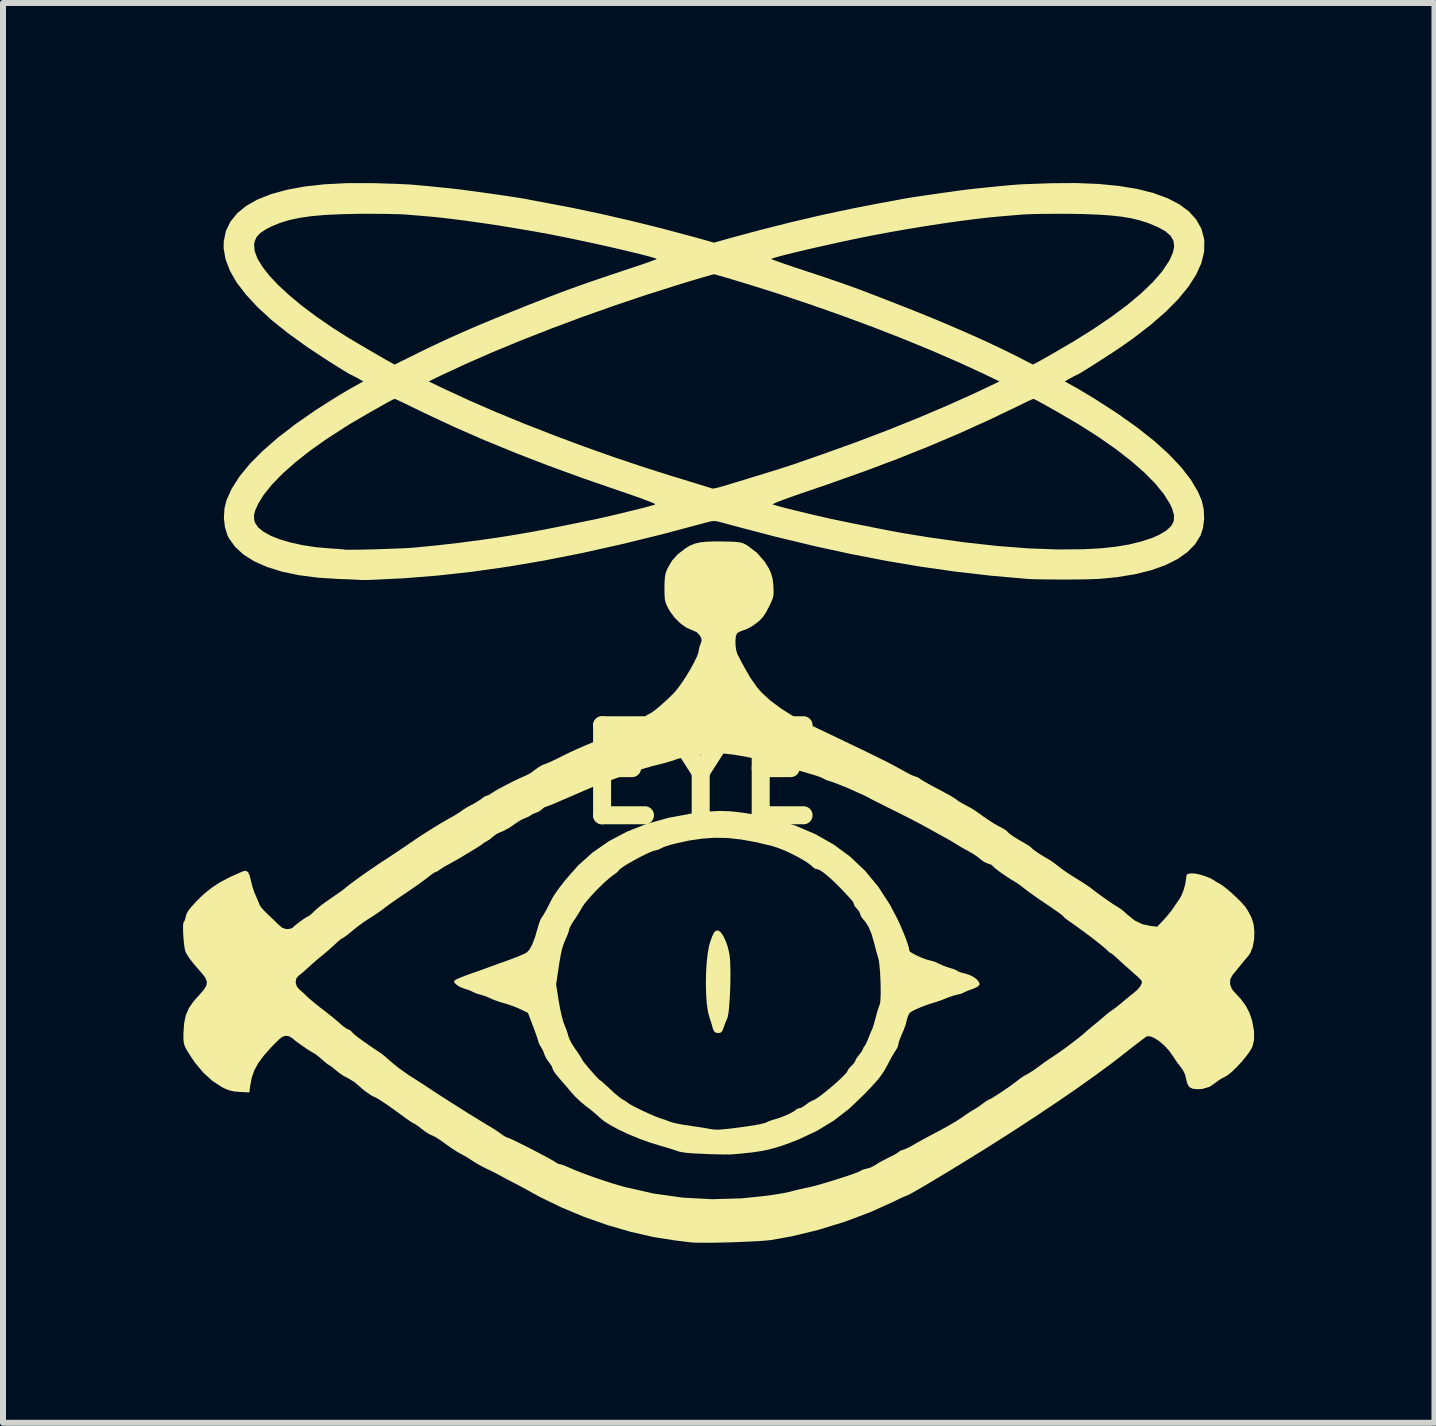
<source format=kicad_pcb>
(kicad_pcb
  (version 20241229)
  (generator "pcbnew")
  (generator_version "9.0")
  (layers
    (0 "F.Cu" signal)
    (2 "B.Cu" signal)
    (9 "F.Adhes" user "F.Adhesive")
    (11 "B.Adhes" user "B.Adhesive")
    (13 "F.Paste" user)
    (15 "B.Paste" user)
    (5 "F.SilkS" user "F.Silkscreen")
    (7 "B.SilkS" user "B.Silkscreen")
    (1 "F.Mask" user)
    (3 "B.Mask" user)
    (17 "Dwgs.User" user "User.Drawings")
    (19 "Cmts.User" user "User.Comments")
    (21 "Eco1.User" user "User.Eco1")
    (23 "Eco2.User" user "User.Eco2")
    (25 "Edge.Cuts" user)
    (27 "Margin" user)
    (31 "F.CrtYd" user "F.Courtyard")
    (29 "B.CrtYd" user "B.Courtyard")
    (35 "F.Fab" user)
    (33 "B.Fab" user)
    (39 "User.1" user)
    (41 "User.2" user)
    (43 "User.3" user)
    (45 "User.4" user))
  (footprint "EYE"
    (layer "F.Cu")
    (at 8.625 9.856)
    (property "Reference" "EYE" (at 0 0 0) (layer "F.SilkS") (effects (font (size 1.5 1.5) (thickness 0.3))))
    (attr board_only exclude_from_pos_files exclude_from_bom)
    (fp_poly (pts (xy 0.293 2.599) (xy 0.331 2.624) (xy 0.372 2.681) (xy 0.412 2.762) (xy 0.447 2.858) (xy 0.473 2.961) (xy 0.481 3.006) (xy 0.49 3.092) (xy 0.494 3.204) (xy 0.496 3.332) (xy 0.494 3.471) (xy 0.49 3.611) (xy 0.483 3.746) (xy 0.474 3.866) (xy 0.464 3.965) (xy 0.451 4.035) (xy 0.443 4.061) (xy 0.414 4.127) (xy 0.387 4.202) (xy 0.383 4.214) (xy 0.361 4.272) (xy 0.332 4.3) (xy 0.305 4.307) (xy 0.255 4.302) (xy 0.229 4.286) (xy 0.207 4.244) (xy 0.195 4.205) (xy 0.181 4.152) (xy 0.158 4.083) (xy 0.149 4.057) (xy 0.122 3.956) (xy 0.102 3.821) (xy 0.091 3.664) (xy 0.086 3.493) (xy 0.089 3.317) (xy 0.098 3.147) (xy 0.115 2.99) (xy 0.139 2.857) (xy 0.159 2.786) (xy 0.192 2.694) (xy 0.22 2.636) (xy 0.247 2.606) (xy 0.279 2.598)) (stroke (width 0) (type solid)) (fill yes) (layer "F.SilkS"))
    (fp_poly (pts (xy 0.487 0.611) (xy 0.669 0.631) (xy 0.826 0.655) (xy 1.219 0.739) (xy 1.582 0.852) (xy 1.915 0.995) (xy 2.218 1.167) (xy 2.493 1.37) (xy 2.74 1.604) (xy 2.96 1.87) (xy 3.153 2.168) (xy 3.283 2.415) (xy 3.333 2.526) (xy 3.38 2.637) (xy 3.421 2.74) (xy 3.452 2.828) (xy 3.471 2.894) (xy 3.476 2.93) (xy 3.475 2.933) (xy 3.486 2.95) (xy 3.528 2.977) (xy 3.59 3.01) (xy 3.662 3.043) (xy 3.734 3.072) (xy 3.797 3.092) (xy 3.824 3.098) (xy 3.896 3.117) (xy 3.961 3.147) (xy 4.018 3.174) (xy 4.095 3.203) (xy 4.146 3.22) (xy 4.213 3.241) (xy 4.262 3.261) (xy 4.279 3.273) (xy 4.305 3.287) (xy 4.359 3.304) (xy 4.406 3.315) (xy 4.49 3.343) (xy 4.565 3.384) (xy 4.619 3.432) (xy 4.646 3.48) (xy 4.646 3.5) (xy 4.619 3.532) (xy 4.554 3.564) (xy 4.526 3.574) (xy 4.459 3.598) (xy 4.407 3.62) (xy 4.388 3.63) (xy 4.353 3.647) (xy 4.295 3.663) (xy 4.279 3.666) (xy 4.205 3.685) (xy 4.123 3.714) (xy 4.099 3.724) (xy 4.017 3.756) (xy 3.93 3.787) (xy 3.909 3.793) (xy 3.785 3.832) (xy 3.673 3.874) (xy 3.579 3.914) (xy 3.511 3.95) (xy 3.481 3.973) (xy 3.455 4.021) (xy 3.434 4.086) (xy 3.431 4.102) (xy 3.414 4.169) (xy 3.384 4.253) (xy 3.355 4.319) (xy 3.324 4.393) (xy 3.302 4.456) (xy 3.294 4.494) (xy 3.281 4.543) (xy 3.254 4.589) (xy 3.226 4.632) (xy 3.186 4.699) (xy 3.143 4.779) (xy 3.132 4.8) (xy 3.09 4.88) (xy 3.051 4.947) (xy 3.009 5.009) (xy 2.96 5.073) (xy 2.896 5.146) (xy 2.813 5.236) (xy 2.733 5.32) (xy 2.483 5.56) (xy 2.222 5.763) (xy 1.941 5.934) (xy 1.633 6.079) (xy 1.504 6.13) (xy 1.365 6.18) (xy 1.241 6.219) (xy 1.121 6.251) (xy 0.996 6.275) (xy 0.857 6.296) (xy 0.694 6.313) (xy 0.519 6.329) (xy 0.474 6.33) (xy 0.394 6.33) (xy 0.29 6.328) (xy 0.17 6.325) (xy 0.074 6.321) (xy -0.084 6.314) (xy -0.206 6.306) (xy -0.296 6.295) (xy -0.363 6.281) (xy -0.392 6.272) (xy -0.458 6.249) (xy -0.548 6.221) (xy -0.645 6.192) (xy -0.667 6.186) (xy -0.843 6.132) (xy -1.021 6.068) (xy -1.194 5.997) (xy -1.354 5.922) (xy -1.495 5.847) (xy -1.61 5.775) (xy -1.69 5.709) (xy -1.694 5.705) (xy -1.742 5.661) (xy -1.811 5.603) (xy -1.888 5.542) (xy -1.907 5.529) (xy -1.993 5.458) (xy -2.083 5.374) (xy -2.156 5.295) (xy -2.161 5.289) (xy -2.23 5.206) (xy -2.306 5.118) (xy -2.367 5.048) (xy -2.417 4.987) (xy -2.453 4.934) (xy -2.468 4.9) (xy -2.468 4.9) (xy -2.481 4.862) (xy -2.514 4.811) (xy -2.528 4.794) (xy -2.571 4.734) (xy -2.6 4.674) (xy -2.604 4.662) (xy -2.628 4.598) (xy -2.66 4.542) (xy -2.688 4.496) (xy -2.701 4.463) (xy -2.701 4.462) (xy -2.708 4.435) (xy -2.727 4.376) (xy -2.756 4.295) (xy -2.789 4.205) (xy -2.878 3.971) (xy -3.007 3.908) (xy -3.1 3.868) (xy -3.205 3.831) (xy -3.269 3.812) (xy -3.36 3.785) (xy -3.451 3.752) (xy -3.502 3.729) (xy -3.576 3.697) (xy -3.649 3.672) (xy -3.675 3.665) (xy -3.74 3.647) (xy -3.793 3.623) (xy -3.794 3.622) (xy -3.842 3.599) (xy -3.909 3.576) (xy -3.932 3.569) (xy -4 3.544) (xy -4.058 3.51) (xy -4.073 3.497) (xy -2.409 3.497) (xy -2.364 3.782) (xy -2.341 3.909) (xy -2.315 4.026) (xy -2.289 4.12) (xy -2.269 4.174) (xy -2.238 4.25) (xy -2.214 4.324) (xy -2.206 4.355) (xy -2.187 4.407) (xy -2.15 4.479) (xy -2.1 4.557) (xy -2.087 4.576) (xy -2.038 4.645) (xy -2.002 4.701) (xy -1.982 4.736) (xy -1.981 4.741) (xy -1.967 4.764) (xy -1.933 4.81) (xy -1.883 4.87) (xy -1.827 4.936) (xy -1.77 5) (xy -1.72 5.053) (xy -1.685 5.087) (xy -1.675 5.095) (xy -1.65 5.113) (xy -1.603 5.154) (xy -1.541 5.21) (xy -1.507 5.243) (xy -1.437 5.308) (xy -1.371 5.363) (xy -1.321 5.401) (xy -1.306 5.41) (xy -1.253 5.441) (xy -1.217 5.467) (xy -1.179 5.493) (xy -1.111 5.53) (xy -1.024 5.574) (xy -0.928 5.62) (xy -0.831 5.663) (xy -0.745 5.7) (xy -0.68 5.725) (xy -0.667 5.729) (xy -0.593 5.753) (xy -0.525 5.778) (xy -0.508 5.785) (xy -0.461 5.8) (xy -0.384 5.817) (xy -0.288 5.835) (xy -0.212 5.846) (xy -0.106 5.862) (xy -0.004 5.877) (xy 0.078 5.891) (xy 0.117 5.898) (xy 0.18 5.909) (xy 0.235 5.915) (xy 0.294 5.916) (xy 0.365 5.912) (xy 0.461 5.902) (xy 0.561 5.89) (xy 0.738 5.867) (xy 0.883 5.845) (xy 0.995 5.824) (xy 1.07 5.805) (xy 1.104 5.791) (xy 1.137 5.775) (xy 1.196 5.755) (xy 1.243 5.742) (xy 1.319 5.718) (xy 1.403 5.685) (xy 1.483 5.649) (xy 1.548 5.614) (xy 1.586 5.586) (xy 1.589 5.581) (xy 1.619 5.564) (xy 1.642 5.561) (xy 1.683 5.548) (xy 1.735 5.514) (xy 1.752 5.501) (xy 1.809 5.459) (xy 1.863 5.431) (xy 1.875 5.427) (xy 1.914 5.408) (xy 1.974 5.367) (xy 2.049 5.31) (xy 2.133 5.242) (xy 2.218 5.17) (xy 2.299 5.098) (xy 2.368 5.032) (xy 2.419 4.979) (xy 2.445 4.944) (xy 2.447 4.937) (xy 2.461 4.908) (xy 2.498 4.866) (xy 2.51 4.855) (xy 2.551 4.812) (xy 2.573 4.778) (xy 2.575 4.772) (xy 2.588 4.741) (xy 2.621 4.693) (xy 2.638 4.672) (xy 2.676 4.624) (xy 2.698 4.587) (xy 2.701 4.578) (xy 2.714 4.547) (xy 2.73 4.525) (xy 2.754 4.486) (xy 2.782 4.424) (xy 2.797 4.385) (xy 2.822 4.321) (xy 2.843 4.273) (xy 2.851 4.258) (xy 2.863 4.229) (xy 2.882 4.17) (xy 2.904 4.091) (xy 2.913 4.058) (xy 2.936 3.97) (xy 2.96 3.894) (xy 2.979 3.841) (xy 2.983 3.831) (xy 2.992 3.791) (xy 2.997 3.719) (xy 2.999 3.622) (xy 2.998 3.51) (xy 2.994 3.393) (xy 2.988 3.28) (xy 2.979 3.18) (xy 2.969 3.101) (xy 2.959 3.061) (xy 2.943 3.005) (xy 2.92 2.924) (xy 2.897 2.832) (xy 2.891 2.81) (xy 2.847 2.657) (xy 2.798 2.539) (xy 2.741 2.45) (xy 2.712 2.417) (xy 2.676 2.371) (xy 2.658 2.329) (xy 2.658 2.326) (xy 2.643 2.286) (xy 2.608 2.241) (xy 2.605 2.238) (xy 2.569 2.196) (xy 2.553 2.161) (xy 2.553 2.159) (xy 2.549 2.141) (xy 2.534 2.116) (xy 2.504 2.079) (xy 2.455 2.025) (xy 2.383 1.948) (xy 2.333 1.896) (xy 2.224 1.787) (xy 2.126 1.698) (xy 2.044 1.631) (xy 1.981 1.59) (xy 1.946 1.578) (xy 1.897 1.564) (xy 1.874 1.546) (xy 1.821 1.498) (xy 1.737 1.441) (xy 1.632 1.38) (xy 1.514 1.319) (xy 1.393 1.263) (xy 1.277 1.218) (xy 1.178 1.187) (xy 0.91 1.124) (xy 0.669 1.081) (xy 0.448 1.057) (xy 0.237 1.053) (xy 0.027 1.067) (xy -0.191 1.099) (xy -0.395 1.143) (xy -0.49 1.167) (xy -0.574 1.193) (xy -0.635 1.216) (xy -0.656 1.226) (xy -0.707 1.252) (xy -0.746 1.261) (xy -0.787 1.271) (xy -0.853 1.298) (xy -0.936 1.337) (xy -1.029 1.384) (xy -1.124 1.436) (xy -1.213 1.487) (xy -1.288 1.533) (xy -1.341 1.571) (xy -1.366 1.596) (xy -1.366 1.599) (xy -1.383 1.619) (xy -1.424 1.652) (xy -1.452 1.672) (xy -1.518 1.722) (xy -1.6 1.794) (xy -1.689 1.879) (xy -1.778 1.971) (xy -1.859 2.06) (xy -1.926 2.14) (xy -1.97 2.201) (xy -1.977 2.214) (xy -2.017 2.284) (xy -2.069 2.367) (xy -2.108 2.426) (xy -2.151 2.491) (xy -2.181 2.548) (xy -2.192 2.583) (xy -2.201 2.622) (xy -2.225 2.685) (xy -2.255 2.752) (xy -2.285 2.825) (xy -2.311 2.909) (xy -2.334 3.016) (xy -2.358 3.153) (xy -2.363 3.189) (xy -2.409 3.497) (xy -4.073 3.497) (xy -4.098 3.474) (xy -4.11 3.444) (xy -4.108 3.439) (xy -4.077 3.416) (xy -4.011 3.385) (xy -3.914 3.347) (xy -3.824 3.315) (xy -3.746 3.288) (xy -3.648 3.253) (xy -3.549 3.217) (xy -3.538 3.213) (xy -3.449 3.181) (xy -3.366 3.15) (xy -3.304 3.128) (xy -3.294 3.125) (xy -3.154 3.074) (xy -3.038 3.029) (xy -2.951 2.992) (xy -2.899 2.965) (xy -2.898 2.964) (xy -2.853 2.916) (xy -2.806 2.829) (xy -2.76 2.708) (xy -2.722 2.577) (xy -2.699 2.497) (xy -2.676 2.432) (xy -2.658 2.393) (xy -2.656 2.391) (xy -2.62 2.338) (xy -2.572 2.253) (xy -2.515 2.144) (xy -2.508 2.129) (xy -2.478 2.071) (xy -2.446 2.016) (xy -2.406 1.957) (xy -2.353 1.883) (xy -2.279 1.787) (xy -2.257 1.759) (xy -2.04 1.512) (xy -1.797 1.295) (xy -1.526 1.108) (xy -1.227 0.95) (xy -0.899 0.821) (xy -0.54 0.721) (xy -0.15 0.648) (xy -0.064 0.636) (xy 0.137 0.615) (xy 0.316 0.606)) (stroke (width 0) (type solid)) (fill yes) (layer "F.SilkS"))
    (fp_poly (pts (xy 6.629 -9.841) (xy 6.968 -9.808) (xy 7.273 -9.758) (xy 7.543 -9.69) (xy 7.776 -9.605) (xy 7.973 -9.503) (xy 8.133 -9.385) (xy 8.256 -9.249) (xy 8.341 -9.098) (xy 8.387 -8.93) (xy 8.392 -8.886) (xy 8.388 -8.707) (xy 8.342 -8.521) (xy 8.254 -8.328) (xy 8.126 -8.128) (xy 7.957 -7.922) (xy 7.747 -7.71) (xy 7.497 -7.492) (xy 7.207 -7.269) (xy 7.001 -7.124) (xy 6.912 -7.064) (xy 6.81 -6.997) (xy 6.702 -6.927) (xy 6.595 -6.858) (xy 6.493 -6.794) (xy 6.404 -6.738) (xy 6.334 -6.695) (xy 6.287 -6.669) (xy 6.273 -6.662) (xy 6.252 -6.653) (xy 6.205 -6.629) (xy 6.166 -6.607) (xy 6.066 -6.551) (xy 6.2 -6.477) (xy 6.271 -6.437) (xy 6.366 -6.381) (xy 6.472 -6.318) (xy 6.577 -6.254) (xy 6.578 -6.253) (xy 6.945 -6.016) (xy 7.271 -5.785) (xy 7.556 -5.559) (xy 7.8 -5.339) (xy 8.003 -5.124) (xy 8.165 -4.916) (xy 8.285 -4.714) (xy 8.349 -4.564) (xy 8.382 -4.418) (xy 8.389 -4.26) (xy 8.369 -4.107) (xy 8.33 -3.986) (xy 8.239 -3.839) (xy 8.11 -3.707) (xy 7.944 -3.59) (xy 7.742 -3.489) (xy 7.506 -3.405) (xy 7.236 -3.338) (xy 6.934 -3.289) (xy 6.67 -3.263) (xy 6.577 -3.258) (xy 6.451 -3.254) (xy 6.302 -3.251) (xy 6.139 -3.25) (xy 5.971 -3.25) (xy 5.807 -3.251) (xy 5.657 -3.253) (xy 5.529 -3.256) (xy 5.434 -3.261) (xy 5.423 -3.262) (xy 4.842 -3.313) (xy 4.264 -3.379) (xy 3.684 -3.461) (xy 3.097 -3.56) (xy 2.497 -3.676) (xy 1.878 -3.811) (xy 1.235 -3.966) (xy 0.564 -4.142) (xy 0.355 -4.199) (xy 0.279 -4.218) (xy 0.224 -4.225) (xy 0.169 -4.219) (xy 0.096 -4.2) (xy 0.09 -4.199) (xy -0.625 -4.008) (xy -1.309 -3.84) (xy -1.964 -3.694) (xy -2.594 -3.569) (xy -3.203 -3.465) (xy -3.794 -3.381) (xy -4.37 -3.317) (xy -4.936 -3.271) (xy -5.493 -3.244) (xy -5.568 -3.242) (xy -5.625 -3.242) (xy -5.651 -3.242) (xy -5.652 -3.243) (xy -5.673 -3.244) (xy -5.73 -3.247) (xy -5.816 -3.251) (xy -5.924 -3.255) (xy -6.038 -3.259) (xy -6.382 -3.281) (xy -6.696 -3.322) (xy -6.977 -3.381) (xy -7.225 -3.459) (xy -7.439 -3.553) (xy -7.617 -3.665) (xy -7.758 -3.794) (xy -7.861 -3.939) (xy -7.885 -3.986) (xy -7.927 -4.121) (xy -7.945 -4.276) (xy -7.942 -4.318) (xy -7.443 -4.318) (xy -7.439 -4.241) (xy -7.426 -4.198) (xy -7.376 -4.121) (xy -7.287 -4.048) (xy -7.165 -3.98) (xy -7.012 -3.919) (xy -6.832 -3.866) (xy -6.631 -3.822) (xy -6.411 -3.789) (xy -6.186 -3.769) (xy -6.092 -3.763) (xy -6.014 -3.757) (xy -5.963 -3.753) (xy -5.947 -3.75) (xy -5.923 -3.747) (xy -5.863 -3.746) (xy -5.773 -3.747) (xy -5.662 -3.748) (xy -5.534 -3.751) (xy -5.397 -3.754) (xy -5.257 -3.759) (xy -5.12 -3.764) (xy -4.994 -3.769) (xy -4.886 -3.774) (xy -4.8 -3.78) (xy -4.777 -3.782) (xy -4.413 -3.817) (xy -4.036 -3.86) (xy -3.664 -3.909) (xy -3.358 -3.953) (xy -3.231 -3.973) (xy -3.12 -3.991) (xy -3.017 -4.008) (xy -2.919 -4.025) (xy -2.818 -4.043) (xy -2.71 -4.063) (xy -2.588 -4.086) (xy -2.447 -4.114) (xy -2.281 -4.147) (xy -2.084 -4.187) (xy -1.883 -4.228) (xy -1.771 -4.251) (xy -1.641 -4.28) (xy -1.5 -4.312) (xy -1.355 -4.346) (xy -1.212 -4.381) (xy -1.077 -4.414) (xy -0.957 -4.444) (xy -0.86 -4.47) (xy -0.79 -4.49) (xy -0.755 -4.502) (xy 1.2 -4.502) (xy 1.235 -4.49) (xy 1.305 -4.47) (xy 1.402 -4.444) (xy 1.522 -4.414) (xy 1.657 -4.381) (xy 1.8 -4.346) (xy 1.945 -4.312) (xy 2.086 -4.28) (xy 2.216 -4.251) (xy 2.328 -4.228) (xy 2.556 -4.181) (xy 2.749 -4.143) (xy 2.912 -4.11) (xy 3.05 -4.083) (xy 3.17 -4.06) (xy 3.277 -4.04) (xy 3.377 -4.022) (xy 3.475 -4.006) (xy 3.578 -3.989) (xy 3.692 -3.971) (xy 3.803 -3.953) (xy 4.391 -3.87) (xy 4.944 -3.809) (xy 5.462 -3.769) (xy 5.944 -3.751) (xy 6.39 -3.755) (xy 6.678 -3.771) (xy 6.912 -3.796) (xy 7.138 -3.834) (xy 7.345 -3.885) (xy 7.525 -3.944) (xy 7.637 -3.994) (xy 7.759 -4.066) (xy 7.84 -4.142) (xy 7.883 -4.225) (xy 7.887 -4.321) (xy 7.855 -4.432) (xy 7.818 -4.512) (xy 7.715 -4.676) (xy 7.573 -4.85) (xy 7.393 -5.032) (xy 7.177 -5.221) (xy 6.927 -5.416) (xy 6.643 -5.615) (xy 6.366 -5.793) (xy 6.283 -5.844) (xy 6.183 -5.903) (xy 6.073 -5.967) (xy 5.96 -6.033) (xy 5.849 -6.096) (xy 5.746 -6.154) (xy 5.659 -6.202) (xy 5.592 -6.238) (xy 5.553 -6.257) (xy 5.545 -6.26) (xy 5.521 -6.251) (xy 5.467 -6.227) (xy 5.39 -6.19) (xy 5.297 -6.145) (xy 5.275 -6.134) (xy 4.794 -5.904) (xy 4.305 -5.683) (xy 3.801 -5.469) (xy 3.277 -5.259) (xy 2.725 -5.052) (xy 2.141 -4.844) (xy 1.814 -4.733) (xy 1.654 -4.678) (xy 1.511 -4.628) (xy 1.39 -4.584) (xy 1.296 -4.548) (xy 1.231 -4.521) (xy 1.201 -4.505) (xy 1.2 -4.502) (xy -0.755 -4.502) (xy -0.767 -4.512) (xy -0.815 -4.534) (xy -0.896 -4.565) (xy -1.004 -4.606) (xy -1.137 -4.653) (xy -1.289 -4.706) (xy -1.37 -4.733) (xy -1.974 -4.942) (xy -2.542 -5.149) (xy -3.08 -5.357) (xy -3.595 -5.568) (xy -4.091 -5.785) (xy -4.575 -6.011) (xy -4.83 -6.134) (xy -4.925 -6.181) (xy -5.006 -6.219) (xy -5.066 -6.247) (xy -5.098 -6.26) (xy -5.1 -6.26) (xy -5.124 -6.25) (xy -5.178 -6.222) (xy -5.256 -6.179) (xy -5.352 -6.125) (xy -5.46 -6.064) (xy -5.573 -5.999) (xy -5.685 -5.934) (xy -5.791 -5.872) (xy -5.883 -5.817) (xy -5.921 -5.793) (xy -6.232 -5.592) (xy -6.512 -5.394) (xy -6.758 -5.199) (xy -6.97 -5.011) (xy -7.146 -4.829) (xy -7.284 -4.657) (xy -7.373 -4.512) (xy -7.422 -4.404) (xy -7.443 -4.318) (xy -7.942 -4.318) (xy -7.935 -4.433) (xy -7.904 -4.564) (xy -7.816 -4.761) (xy -7.686 -4.965) (xy -7.514 -5.175) (xy -7.301 -5.39) (xy -7.047 -5.612) (xy -6.752 -5.839) (xy -6.417 -6.072) (xy -6.133 -6.253) (xy -6.028 -6.317) (xy -5.922 -6.381) (xy -5.827 -6.436) (xy -5.756 -6.477) (xy -5.755 -6.477) (xy -5.622 -6.551) (xy -4.533 -6.551) (xy -4.247 -6.414) (xy -3.843 -6.228) (xy -3.404 -6.037) (xy -2.938 -5.846) (xy -2.453 -5.656) (xy -1.956 -5.47) (xy -1.454 -5.292) (xy -0.955 -5.124) (xy -0.466 -4.969) (xy -0.424 -4.957) (xy -0.278 -4.912) (xy -0.144 -4.871) (xy -0.027 -4.835) (xy 0.067 -4.806) (xy 0.131 -4.786) (xy 0.159 -4.778) (xy 0.175 -4.772) (xy 0.188 -4.767) (xy 0.204 -4.765) (xy 0.226 -4.768) (xy 0.26 -4.775) (xy 0.311 -4.788) (xy 0.382 -4.808) (xy 0.479 -4.837) (xy 0.606 -4.876) (xy 0.768 -4.925) (xy 0.805 -4.937) (xy 0.982 -4.991) (xy 1.129 -5.036) (xy 1.255 -5.075) (xy 1.368 -5.111) (xy 1.476 -5.146) (xy 1.59 -5.184) (xy 1.717 -5.228) (xy 1.866 -5.28) (xy 2.045 -5.343) (xy 2.055 -5.346) (xy 2.594 -5.54) (xy 3.117 -5.739) (xy 3.619 -5.941) (xy 4.093 -6.142) (xy 4.534 -6.34) (xy 4.692 -6.414) (xy 4.978 -6.551) (xy 4.724 -6.673) (xy 4.308 -6.865) (xy 3.857 -7.061) (xy 3.378 -7.258) (xy 2.876 -7.454) (xy 2.358 -7.646) (xy 1.832 -7.831) (xy 1.304 -8.008) (xy 0.835 -8.156) (xy 0.684 -8.202) (xy 0.546 -8.244) (xy 0.426 -8.28) (xy 0.328 -8.308) (xy 0.26 -8.327) (xy 0.225 -8.336) (xy 0.222 -8.336) (xy 0.196 -8.33) (xy 0.134 -8.313) (xy 0.042 -8.287) (xy -0.074 -8.252) (xy -0.209 -8.212) (xy -0.358 -8.166) (xy -0.39 -8.156) (xy -0.915 -7.99) (xy -1.444 -7.812) (xy -1.969 -7.626) (xy -2.485 -7.433) (xy -2.985 -7.237) (xy -3.462 -7.04) (xy -3.91 -6.844) (xy -4.279 -6.673) (xy -4.533 -6.551) (xy -5.622 -6.551) (xy -5.621 -6.551) (xy -5.721 -6.607) (xy -5.778 -6.638) (xy -5.817 -6.658) (xy -5.828 -6.662) (xy -5.851 -6.673) (xy -5.903 -6.704) (xy -5.978 -6.75) (xy -6.071 -6.808) (xy -6.174 -6.873) (xy -6.283 -6.943) (xy -6.389 -7.013) (xy -6.489 -7.079) (xy -6.557 -7.124) (xy -6.872 -7.351) (xy -7.148 -7.572) (xy -7.383 -7.788) (xy -7.578 -7.998) (xy -7.733 -8.201) (xy -7.846 -8.399) (xy -7.918 -8.589) (xy -7.949 -8.773) (xy -7.948 -8.829) (xy -7.441 -8.829) (xy -7.431 -8.72) (xy -7.384 -8.596) (xy -7.301 -8.459) (xy -7.185 -8.311) (xy -7.036 -8.153) (xy -6.856 -7.987) (xy -6.648 -7.814) (xy -6.412 -7.637) (xy -6.151 -7.457) (xy -5.92 -7.309) (xy -5.857 -7.27) (xy -5.772 -7.22) (xy -5.673 -7.161) (xy -5.566 -7.098) (xy -5.456 -7.034) (xy -5.351 -6.973) (xy -5.257 -6.919) (xy -5.179 -6.875) (xy -5.125 -6.845) (xy -5.101 -6.833) (xy -5.1 -6.833) (xy -5.08 -6.841) (xy -5.03 -6.866) (xy -4.956 -6.902) (xy -4.866 -6.947) (xy -4.846 -6.957) (xy -4.626 -7.066) (xy -4.407 -7.171) (xy -4.185 -7.274) (xy -3.954 -7.377) (xy -3.709 -7.483) (xy -3.445 -7.593) (xy -3.157 -7.71) (xy -2.839 -7.837) (xy -2.486 -7.975) (xy -2.479 -7.977) (xy -2.269 -8.057) (xy -2.043 -8.139) (xy -1.794 -8.226) (xy -1.514 -8.321) (xy -1.298 -8.393) (xy -1.151 -8.442) (xy -1.019 -8.486) (xy -0.906 -8.525) (xy -0.817 -8.557) (xy -0.757 -8.579) (xy -0.732 -8.59) (xy -0.731 -8.591) (xy 1.176 -8.591) (xy 1.195 -8.581) (xy 1.25 -8.561) (xy 1.335 -8.531) (xy 1.444 -8.493) (xy 1.574 -8.449) (xy 1.719 -8.401) (xy 1.743 -8.393) (xy 1.931 -8.331) (xy 2.096 -8.276) (xy 2.245 -8.225) (xy 2.384 -8.177) (xy 2.52 -8.128) (xy 2.66 -8.077) (xy 2.809 -8.02) (xy 2.976 -7.956) (xy 3.165 -7.882) (xy 3.385 -7.796) (xy 3.485 -7.757) (xy 3.81 -7.626) (xy 4.133 -7.491) (xy 4.449 -7.354) (xy 4.75 -7.219) (xy 5.027 -7.088) (xy 5.275 -6.966) (xy 5.37 -6.917) (xy 5.443 -6.879) (xy 5.5 -6.85) (xy 5.533 -6.834) (xy 5.537 -6.833) (xy 5.557 -6.842) (xy 5.607 -6.869) (xy 5.681 -6.909) (xy 5.771 -6.96) (xy 5.812 -6.983) (xy 6.193 -7.205) (xy 6.538 -7.42) (xy 6.845 -7.629) (xy 7.115 -7.83) (xy 7.346 -8.024) (xy 7.538 -8.209) (xy 7.69 -8.385) (xy 7.801 -8.552) (xy 7.814 -8.575) (xy 7.868 -8.696) (xy 7.889 -8.801) (xy 7.877 -8.894) (xy 7.83 -8.976) (xy 7.746 -9.05) (xy 7.623 -9.12) (xy 7.459 -9.188) (xy 7.439 -9.195) (xy 7.31 -9.236) (xy 7.169 -9.27) (xy 7.01 -9.296) (xy 6.828 -9.316) (xy 6.619 -9.33) (xy 6.377 -9.339) (xy 6.165 -9.343) (xy 5.997 -9.344) (xy 5.831 -9.343) (xy 5.676 -9.342) (xy 5.539 -9.339) (xy 5.429 -9.335) (xy 5.36 -9.331) (xy 5.248 -9.322) (xy 5.131 -9.312) (xy 5.03 -9.304) (xy 4.999 -9.301) (xy 4.796 -9.282) (xy 4.559 -9.254) (xy 4.296 -9.22) (xy 4.016 -9.18) (xy 3.725 -9.135) (xy 3.432 -9.087) (xy 3.144 -9.036) (xy 2.87 -8.985) (xy 2.69 -8.949) (xy 2.502 -8.91) (xy 2.31 -8.869) (xy 2.119 -8.827) (xy 1.934 -8.785) (xy 1.759 -8.745) (xy 1.599 -8.707) (xy 1.459 -8.673) (xy 1.341 -8.643) (xy 1.252 -8.618) (xy 1.196 -8.601) (xy 1.176 -8.591) (xy -0.731 -8.591) (xy -0.751 -8.601) (xy -0.808 -8.618) (xy -0.897 -8.643) (xy -1.014 -8.673) (xy -1.155 -8.707) (xy -1.316 -8.745) (xy -1.49 -8.786) (xy -1.675 -8.827) (xy -1.866 -8.869) (xy -2.058 -8.91) (xy -2.246 -8.949) (xy -2.506 -9.001) (xy -2.785 -9.052) (xy -3.075 -9.101) (xy -3.368 -9.149) (xy -3.657 -9.192) (xy -3.933 -9.231) (xy -4.189 -9.263) (xy -4.416 -9.289) (xy -4.555 -9.301) (xy -4.645 -9.309) (xy -4.758 -9.318) (xy -4.874 -9.328) (xy -4.915 -9.331) (xy -4.994 -9.336) (xy -5.107 -9.339) (xy -5.246 -9.342) (xy -5.403 -9.343) (xy -5.569 -9.344) (xy -5.72 -9.343) (xy -6.012 -9.336) (xy -6.268 -9.324) (xy -6.49 -9.304) (xy -6.684 -9.276) (xy -6.855 -9.239) (xy -7.006 -9.193) (xy -7.143 -9.137) (xy -7.238 -9.089) (xy -7.335 -9.026) (xy -7.397 -8.961) (xy -7.431 -8.887) (xy -7.441 -8.829) (xy -7.948 -8.829) (xy -7.947 -8.886) (xy -7.911 -9.058) (xy -7.836 -9.213) (xy -7.722 -9.353) (xy -7.572 -9.476) (xy -7.384 -9.582) (xy -7.159 -9.671) (xy -6.898 -9.743) (xy -6.602 -9.798) (xy -6.271 -9.835) (xy -5.905 -9.854) (xy -5.506 -9.855) (xy -5.402 -9.853) (xy -5.255 -9.848) (xy -5.115 -9.844) (xy -4.99 -9.839) (xy -4.888 -9.834) (xy -4.817 -9.83) (xy -4.798 -9.828) (xy -4.56 -9.807) (xy -4.36 -9.787) (xy -4.192 -9.77) (xy -4.053 -9.754) (xy -4.046 -9.754) (xy -3.949 -9.741) (xy -3.826 -9.725) (xy -3.687 -9.706) (xy -3.539 -9.685) (xy -3.389 -9.664) (xy -3.245 -9.643) (xy -3.115 -9.623) (xy -3.006 -9.606) (xy -2.926 -9.593) (xy -2.892 -9.586) (xy -2.826 -9.573) (xy -2.735 -9.556) (xy -2.636 -9.538) (xy -2.606 -9.532) (xy -2.144 -9.444) (xy -1.657 -9.341) (xy -1.156 -9.226) (xy -0.655 -9.102) (xy -0.165 -8.971) (xy -0.079 -8.948) (xy 0.222 -8.863) (xy 0.524 -8.948) (xy 1.011 -9.079) (xy 1.511 -9.205) (xy 2.013 -9.322) (xy 2.504 -9.427) (xy 2.971 -9.518) (xy 3.051 -9.532) (xy 3.149 -9.55) (xy 3.245 -9.568) (xy 3.32 -9.583) (xy 3.337 -9.586) (xy 3.392 -9.596) (xy 3.481 -9.611) (xy 3.597 -9.629) (xy 3.732 -9.649) (xy 3.879 -9.67) (xy 4.029 -9.692) (xy 4.176 -9.712) (xy 4.31 -9.731) (xy 4.426 -9.746) (xy 4.491 -9.754) (xy 4.63 -9.769) (xy 4.796 -9.786) (xy 4.994 -9.806) (xy 5.23 -9.827) (xy 5.243 -9.828) (xy 5.298 -9.832) (xy 5.388 -9.837) (xy 5.504 -9.841) (xy 5.639 -9.846) (xy 5.784 -9.851) (xy 5.847 -9.853) (xy 6.255 -9.856)) (stroke (width 0) (type solid)) (fill yes) (layer "F.SilkS"))
    (fp_poly (pts (xy 0.375 -3.884) (xy 0.495 -3.881) (xy 0.581 -3.877) (xy 0.643 -3.87) (xy 0.689 -3.86) (xy 0.728 -3.844) (xy 0.769 -3.822) (xy 0.783 -3.813) (xy 0.936 -3.697) (xy 1.064 -3.551) (xy 1.136 -3.435) (xy 1.174 -3.35) (xy 1.197 -3.27) (xy 1.209 -3.175) (xy 1.212 -3.135) (xy 1.215 -3.052) (xy 1.213 -2.991) (xy 1.201 -2.937) (xy 1.176 -2.875) (xy 1.136 -2.792) (xy 1.085 -2.696) (xy 1.037 -2.625) (xy 0.981 -2.566) (xy 0.93 -2.524) (xy 0.856 -2.472) (xy 0.779 -2.43) (xy 0.72 -2.407) (xy 0.658 -2.385) (xy 0.612 -2.359) (xy 0.604 -2.351) (xy 0.586 -2.305) (xy 0.579 -2.233) (xy 0.581 -2.149) (xy 0.593 -2.066) (xy 0.614 -2.001) (xy 0.617 -1.996) (xy 0.647 -1.939) (xy 0.686 -1.864) (xy 0.714 -1.811) (xy 0.826 -1.616) (xy 0.936 -1.458) (xy 1.012 -1.37) (xy 1.159 -1.235) (xy 1.337 -1.102) (xy 1.534 -0.977) (xy 1.727 -0.875) (xy 1.83 -0.825) (xy 1.961 -0.763) (xy 2.107 -0.693) (xy 2.259 -0.621) (xy 2.405 -0.551) (xy 2.415 -0.546) (xy 2.631 -0.443) (xy 2.814 -0.354) (xy 2.969 -0.278) (xy 3.102 -0.212) (xy 3.217 -0.152) (xy 3.32 -0.096) (xy 3.383 -0.061) (xy 3.46 -0.019) (xy 3.525 0.013) (xy 3.568 0.03) (xy 3.577 0.032) (xy 3.613 0.044) (xy 3.66 0.074) (xy 3.66 0.074) (xy 3.699 0.1) (xy 3.767 0.139) (xy 3.854 0.188) (xy 3.952 0.24) (xy 3.965 0.246) (xy 4.062 0.298) (xy 4.149 0.345) (xy 4.216 0.385) (xy 4.255 0.411) (xy 4.258 0.413) (xy 4.284 0.434) (xy 4.317 0.456) (xy 4.366 0.484) (xy 4.438 0.523) (xy 4.491 0.551) (xy 4.537 0.578) (xy 4.605 0.623) (xy 4.682 0.678) (xy 4.714 0.701) (xy 4.8 0.76) (xy 4.888 0.817) (xy 4.964 0.86) (xy 4.982 0.868) (xy 5.045 0.902) (xy 5.093 0.933) (xy 5.109 0.95) (xy 5.139 0.98) (xy 5.2 1.024) (xy 5.286 1.079) (xy 5.39 1.139) (xy 5.416 1.154) (xy 5.468 1.185) (xy 5.502 1.211) (xy 5.507 1.217) (xy 5.533 1.242) (xy 5.585 1.28) (xy 5.651 1.325) (xy 5.72 1.368) (xy 5.779 1.401) (xy 5.832 1.433) (xy 5.9 1.482) (xy 5.953 1.523) (xy 6.019 1.574) (xy 6.107 1.635) (xy 6.203 1.697) (xy 6.249 1.726) (xy 6.34 1.782) (xy 6.427 1.839) (xy 6.498 1.888) (xy 6.525 1.909) (xy 6.602 1.969) (xy 6.693 2.035) (xy 6.787 2.101) (xy 6.871 2.158) (xy 6.936 2.199) (xy 6.948 2.205) (xy 6.999 2.239) (xy 7.062 2.29) (xy 7.107 2.331) (xy 7.23 2.43) (xy 7.357 2.492) (xy 7.489 2.521) (xy 7.606 2.535) (xy 7.713 2.422) (xy 7.778 2.349) (xy 7.84 2.272) (xy 7.881 2.214) (xy 7.923 2.15) (xy 7.961 2.096) (xy 7.976 2.076) (xy 8.01 2.016) (xy 8.044 1.931) (xy 8.071 1.836) (xy 8.086 1.748) (xy 8.087 1.737) (xy 8.094 1.683) (xy 8.111 1.657) (xy 8.153 1.648) (xy 8.175 1.646) (xy 8.242 1.65) (xy 8.329 1.669) (xy 8.421 1.698) (xy 8.501 1.731) (xy 8.548 1.759) (xy 8.588 1.786) (xy 8.644 1.817) (xy 8.654 1.822) (xy 8.709 1.859) (xy 8.784 1.918) (xy 8.867 1.991) (xy 8.95 2.069) (xy 9.024 2.145) (xy 9.078 2.208) (xy 9.088 2.223) (xy 9.128 2.288) (xy 9.169 2.367) (xy 9.182 2.395) (xy 9.214 2.501) (xy 9.226 2.624) (xy 9.221 2.751) (xy 9.198 2.87) (xy 9.16 2.97) (xy 9.119 3.029) (xy 9.084 3.069) (xy 9.035 3.127) (xy 8.994 3.178) (xy 8.942 3.243) (xy 8.893 3.302) (xy 8.866 3.333) (xy 8.825 3.407) (xy 8.82 3.49) (xy 8.849 3.571) (xy 8.879 3.609) (xy 8.997 3.736) (xy 9.084 3.854) (xy 9.145 3.972) (xy 9.187 4.099) (xy 9.19 4.11) (xy 9.22 4.276) (xy 9.221 4.414) (xy 9.195 4.528) (xy 9.192 4.535) (xy 9.152 4.607) (xy 9.089 4.695) (xy 9.012 4.788) (xy 8.928 4.878) (xy 8.847 4.956) (xy 8.775 5.013) (xy 8.743 5.031) (xy 8.673 5.069) (xy 8.61 5.11) (xy 8.59 5.126) (xy 8.481 5.202) (xy 8.359 5.238) (xy 8.287 5.243) (xy 8.199 5.235) (xy 8.142 5.207) (xy 8.108 5.151) (xy 8.091 5.084) (xy 8.071 4.999) (xy 8.037 4.928) (xy 7.982 4.852) (xy 7.978 4.848) (xy 7.931 4.785) (xy 7.883 4.713) (xy 7.872 4.697) (xy 7.808 4.606) (xy 7.732 4.521) (xy 7.649 4.449) (xy 7.568 4.394) (xy 7.496 4.363) (xy 7.44 4.36) (xy 7.436 4.361) (xy 7.41 4.377) (xy 7.358 4.416) (xy 7.284 4.472) (xy 7.194 4.541) (xy 7.096 4.619) (xy 6.851 4.809) (xy 6.571 5.015) (xy 6.261 5.235) (xy 5.923 5.467) (xy 5.562 5.708) (xy 5.18 5.957) (xy 4.782 6.21) (xy 4.371 6.465) (xy 4.11 6.624) (xy 3.962 6.713) (xy 3.824 6.796) (xy 3.7 6.869) (xy 3.595 6.93) (xy 3.514 6.976) (xy 3.46 7.004) (xy 3.442 7.012) (xy 3.399 7.029) (xy 3.331 7.059) (xy 3.251 7.098) (xy 3.231 7.108) (xy 2.829 7.29) (xy 2.401 7.451) (xy 1.959 7.587) (xy 1.516 7.694) (xy 1.176 7.755) (xy 1.099 7.763) (xy 0.99 7.772) (xy 0.857 7.779) (xy 0.708 7.786) (xy 0.549 7.792) (xy 0.388 7.797) (xy 0.233 7.8) (xy 0.092 7.801) (xy -0.028 7.801) (xy -0.12 7.798) (xy -0.169 7.794) (xy -0.219 7.788) (xy -0.297 7.778) (xy -0.389 7.767) (xy -0.424 7.763) (xy -0.786 7.706) (xy -1.166 7.619) (xy -1.555 7.506) (xy -1.942 7.37) (xy -2.318 7.213) (xy -2.675 7.04) (xy -2.818 6.962) (xy -2.897 6.918) (xy -2.996 6.864) (xy -3.097 6.811) (xy -3.125 6.797) (xy -3.21 6.752) (xy -3.286 6.712) (xy -3.342 6.681) (xy -3.358 6.673) (xy -3.402 6.649) (xy -3.471 6.614) (xy -3.552 6.575) (xy -3.57 6.567) (xy -3.658 6.522) (xy -3.742 6.474) (xy -3.807 6.433) (xy -3.813 6.429) (xy -3.888 6.38) (xy -3.969 6.334) (xy -3.99 6.323) (xy -4.049 6.291) (xy -4.127 6.241) (xy -4.213 6.182) (xy -4.251 6.154) (xy -4.329 6.098) (xy -4.401 6.051) (xy -4.456 6.021) (xy -4.476 6.013) (xy -4.521 5.993) (xy -4.584 5.953) (xy -4.645 5.907) (xy -4.704 5.861) (xy -4.751 5.828) (xy -4.776 5.815) (xy -4.776 5.815) (xy -4.8 5.803) (xy -4.85 5.771) (xy -4.919 5.722) (xy -5 5.663) (xy -5.003 5.661) (xy -5.115 5.58) (xy -5.218 5.507) (xy -5.308 5.446) (xy -5.38 5.401) (xy -5.426 5.375) (xy -5.44 5.37) (xy -5.467 5.358) (xy -5.514 5.329) (xy -5.571 5.289) (xy -5.624 5.249) (xy -5.656 5.221) (xy -5.769 5.124) (xy -5.878 5.058) (xy -5.9 5.047) (xy -5.958 5.016) (xy -6.027 4.968) (xy -6.076 4.928) (xy -6.131 4.883) (xy -6.173 4.851) (xy -6.192 4.841) (xy -6.215 4.827) (xy -6.258 4.793) (xy -6.302 4.754) (xy -6.36 4.704) (xy -6.413 4.663) (xy -6.439 4.646) (xy -6.494 4.615) (xy -6.566 4.569) (xy -6.643 4.516) (xy -6.716 4.464) (xy -6.773 4.42) (xy -6.801 4.395) (xy -6.855 4.362) (xy -6.907 4.353) (xy -6.94 4.357) (xy -6.974 4.373) (xy -7.016 4.405) (xy -7.073 4.459) (xy -7.15 4.538) (xy -7.157 4.545) (xy -7.28 4.684) (xy -7.373 4.809) (xy -7.438 4.929) (xy -7.481 5.053) (xy -7.507 5.189) (xy -7.507 5.19) (xy -7.52 5.296) (xy -7.679 5.288) (xy -7.78 5.279) (xy -7.86 5.26) (xy -7.944 5.225) (xy -7.977 5.208) (xy -8.135 5.105) (xy -8.286 4.968) (xy -8.423 4.805) (xy -8.458 4.754) (xy -8.523 4.656) (xy -8.568 4.584) (xy -8.596 4.527) (xy -8.612 4.476) (xy -8.618 4.42) (xy -8.619 4.35) (xy -8.618 4.3) (xy -8.607 4.142) (xy -8.579 4.01) (xy -8.529 3.894) (xy -8.451 3.78) (xy -8.352 3.669) (xy -8.277 3.583) (xy -8.236 3.513) (xy -8.23 3.466) (xy -6.749 3.466) (xy -6.728 3.532) (xy -6.691 3.576) (xy -6.641 3.62) (xy -6.581 3.676) (xy -6.558 3.699) (xy -6.508 3.744) (xy -6.435 3.805) (xy -6.352 3.872) (xy -6.302 3.91) (xy -6.212 3.979) (xy -6.121 4.053) (xy -6.042 4.119) (xy -6.012 4.146) (xy -5.953 4.197) (xy -5.902 4.233) (xy -5.87 4.247) (xy -5.87 4.247) (xy -5.834 4.264) (xy -5.81 4.291) (xy -5.779 4.323) (xy -5.715 4.375) (xy -5.619 4.445) (xy -5.494 4.532) (xy -5.342 4.634) (xy -5.321 4.648) (xy -5.282 4.678) (xy -5.225 4.727) (xy -5.169 4.777) (xy -5.039 4.884) (xy -4.87 5.004) (xy -4.744 5.084) (xy -4.679 5.126) (xy -4.616 5.166) (xy -4.615 5.167) (xy -4.492 5.249) (xy -4.346 5.344) (xy -4.187 5.446) (xy -4.022 5.55) (xy -3.861 5.652) (xy -3.711 5.744) (xy -3.582 5.823) (xy -3.506 5.868) (xy -3.43 5.915) (xy -3.356 5.965) (xy -3.322 5.99) (xy -3.271 6.025) (xy -3.231 6.046) (xy -3.221 6.048) (xy -3.194 6.058) (xy -3.137 6.083) (xy -3.056 6.122) (xy -2.96 6.17) (xy -2.854 6.223) (xy -2.746 6.279) (xy -2.643 6.333) (xy -2.553 6.381) (xy -2.481 6.421) (xy -2.436 6.448) (xy -2.428 6.454) (xy -2.381 6.482) (xy -2.345 6.493) (xy -2.306 6.502) (xy -2.249 6.524) (xy -2.226 6.534) (xy -2.113 6.583) (xy -1.97 6.64) (xy -1.808 6.699) (xy -1.637 6.758) (xy -1.468 6.813) (xy -1.312 6.859) (xy -1.265 6.872) (xy -0.783 6.981) (xy -0.3 7.049) (xy 0.186 7.075) (xy 0.68 7.061) (xy 1.08 7.02) (xy 1.201 7.003) (xy 1.314 6.985) (xy 1.41 6.968) (xy 1.478 6.953) (xy 1.493 6.949) (xy 1.56 6.931) (xy 1.652 6.909) (xy 1.749 6.888) (xy 1.769 6.884) (xy 1.842 6.868) (xy 1.938 6.843) (xy 2.049 6.811) (xy 2.169 6.775) (xy 2.291 6.737) (xy 2.406 6.7) (xy 2.509 6.665) (xy 2.592 6.635) (xy 2.648 6.612) (xy 2.669 6.6) (xy 2.695 6.585) (xy 2.747 6.57) (xy 2.764 6.567) (xy 2.835 6.546) (xy 2.897 6.514) (xy 2.903 6.51) (xy 2.948 6.48) (xy 3.018 6.44) (xy 3.101 6.398) (xy 3.124 6.386) (xy 3.2 6.348) (xy 3.261 6.314) (xy 3.297 6.29) (xy 3.303 6.285) (xy 3.331 6.265) (xy 3.377 6.25) (xy 3.431 6.23) (xy 3.499 6.196) (xy 3.532 6.177) (xy 3.584 6.146) (xy 3.665 6.101) (xy 3.765 6.046) (xy 3.874 5.989) (xy 3.921 5.964) (xy 4.036 5.902) (xy 4.151 5.838) (xy 4.254 5.777) (xy 4.334 5.726) (xy 4.353 5.712) (xy 4.426 5.661) (xy 4.492 5.618) (xy 4.539 5.589) (xy 4.544 5.587) (xy 4.591 5.559) (xy 4.654 5.517) (xy 4.692 5.488) (xy 4.747 5.448) (xy 4.79 5.421) (xy 4.806 5.414) (xy 4.833 5.402) (xy 4.886 5.37) (xy 4.957 5.325) (xy 5.037 5.272) (xy 5.119 5.216) (xy 5.193 5.163) (xy 5.252 5.119) (xy 5.272 5.103) (xy 5.338 5.053) (xy 5.408 5.009) (xy 5.43 4.998) (xy 5.486 4.966) (xy 5.559 4.918) (xy 5.634 4.864) (xy 5.635 4.863) (xy 5.716 4.803) (xy 5.802 4.743) (xy 5.868 4.7) (xy 5.933 4.657) (xy 6.021 4.595) (xy 6.12 4.523) (xy 6.22 4.447) (xy 6.311 4.376) (xy 6.383 4.317) (xy 6.408 4.294) (xy 6.454 4.254) (xy 6.517 4.201) (xy 6.567 4.16) (xy 6.635 4.104) (xy 6.701 4.048) (xy 6.737 4.017) (xy 6.795 3.969) (xy 6.852 3.927) (xy 6.858 3.924) (xy 6.905 3.89) (xy 6.968 3.841) (xy 7.021 3.797) (xy 7.096 3.734) (xy 7.176 3.669) (xy 7.222 3.633) (xy 7.28 3.582) (xy 7.324 3.528) (xy 7.34 3.499) (xy 7.348 3.476) (xy 7.352 3.458) (xy 7.347 3.439) (xy 7.329 3.415) (xy 7.294 3.38) (xy 7.237 3.329) (xy 7.155 3.256) (xy 7.119 3.225) (xy 7.047 3.161) (xy 6.977 3.097) (xy 6.923 3.047) (xy 6.921 3.045) (xy 6.875 3.005) (xy 6.842 2.98) (xy 6.833 2.976) (xy 6.809 2.962) (xy 6.777 2.931) (xy 6.741 2.897) (xy 6.677 2.844) (xy 6.593 2.777) (xy 6.495 2.701) (xy 6.39 2.623) (xy 6.285 2.546) (xy 6.188 2.477) (xy 6.13 2.437) (xy 6.081 2.401) (xy 6.049 2.372) (xy 6.045 2.365) (xy 6.026 2.346) (xy 5.977 2.309) (xy 5.905 2.258) (xy 5.817 2.197) (xy 5.762 2.16) (xy 5.658 2.09) (xy 5.559 2.021) (xy 5.473 1.959) (xy 5.41 1.912) (xy 5.393 1.899) (xy 5.33 1.849) (xy 5.269 1.807) (xy 5.242 1.79) (xy 5.175 1.75) (xy 5.098 1.7) (xy 5.02 1.647) (xy 4.951 1.597) (xy 4.898 1.555) (xy 4.871 1.529) (xy 4.87 1.526) (xy 4.843 1.503) (xy 4.794 1.485) (xy 4.792 1.485) (xy 4.733 1.461) (xy 4.672 1.42) (xy 4.661 1.41) (xy 4.608 1.367) (xy 4.534 1.318) (xy 4.47 1.281) (xy 4.385 1.235) (xy 4.3 1.185) (xy 4.247 1.153) (xy 4.172 1.107) (xy 4.095 1.062) (xy 4.067 1.048) (xy 4.011 1.017) (xy 3.931 0.973) (xy 3.842 0.923) (xy 3.803 0.901) (xy 3.726 0.859) (xy 3.62 0.803) (xy 3.496 0.738) (xy 3.363 0.67) (xy 3.231 0.604) (xy 3.111 0.545) (xy 3.002 0.49) (xy 2.912 0.445) (xy 2.846 0.411) (xy 2.81 0.392) (xy 2.807 0.39) (xy 2.767 0.368) (xy 2.71 0.341) (xy 2.701 0.337) (xy 2.631 0.306) (xy 2.565 0.276) (xy 2.563 0.275) (xy 2.478 0.236) (xy 2.381 0.196) (xy 2.286 0.158) (xy 2.203 0.127) (xy 2.146 0.108) (xy 2.14 0.107) (xy 2.084 0.088) (xy 2.047 0.067) (xy 2.013 0.05) (xy 1.951 0.027) (xy 1.87 0.001) (xy 1.845 -0.006) (xy 1.749 -0.034) (xy 1.652 -0.062) (xy 1.575 -0.085) (xy 1.568 -0.087) (xy 1.349 -0.153) (xy 1.131 -0.211) (xy 0.921 -0.262) (xy 0.727 -0.302) (xy 0.553 -0.331) (xy 0.408 -0.348) (xy 0.328 -0.352) (xy 0.219 -0.348) (xy 0.092 -0.338) (xy -0.04 -0.324) (xy -0.169 -0.306) (xy -0.282 -0.286) (xy -0.371 -0.265) (xy -0.412 -0.252) (xy -0.47 -0.231) (xy -0.553 -0.206) (xy -0.642 -0.182) (xy -0.646 -0.181) (xy -0.82 -0.137) (xy -0.991 -0.087) (xy -1.147 -0.037) (xy -1.277 0.01) (xy -1.309 0.023) (xy -1.398 0.058) (xy -1.49 0.091) (xy -1.546 0.108) (xy -1.623 0.132) (xy -1.693 0.158) (xy -1.716 0.168) (xy -1.767 0.192) (xy -1.842 0.225) (xy -1.924 0.261) (xy -1.928 0.262) (xy -2.008 0.297) (xy -2.113 0.342) (xy -2.228 0.392) (xy -2.323 0.433) (xy -2.418 0.474) (xy -2.499 0.507) (xy -2.559 0.53) (xy -2.589 0.54) (xy -2.59 0.54) (xy -2.618 0.554) (xy -2.646 0.581) (xy -2.696 0.617) (xy -2.74 0.635) (xy -2.795 0.656) (xy -2.828 0.677) (xy -2.87 0.702) (xy -2.928 0.726) (xy -2.93 0.727) (xy -2.998 0.758) (xy -3.057 0.795) (xy -3.176 0.879) (xy -3.286 0.94) (xy -3.342 0.962) (xy -3.404 0.991) (xy -3.453 1.028) (xy -3.456 1.03) (xy -3.504 1.072) (xy -3.559 1.107) (xy -3.605 1.133) (xy -3.632 1.153) (xy -3.633 1.154) (xy -3.655 1.171) (xy -3.704 1.203) (xy -3.772 1.245) (xy -3.8 1.262) (xy -3.883 1.312) (xy -3.963 1.36) (xy -4.024 1.396) (xy -4.033 1.402) (xy -4.098 1.439) (xy -4.177 1.483) (xy -4.216 1.504) (xy -4.281 1.541) (xy -4.334 1.575) (xy -4.355 1.59) (xy -4.392 1.615) (xy -4.411 1.621) (xy -4.438 1.633) (xy -4.486 1.666) (xy -4.546 1.712) (xy -4.547 1.713) (xy -4.607 1.759) (xy -4.692 1.821) (xy -4.792 1.891) (xy -4.897 1.963) (xy -4.925 1.982) (xy -5.028 2.051) (xy -5.126 2.119) (xy -5.211 2.18) (xy -5.273 2.225) (xy -5.285 2.236) (xy -5.355 2.287) (xy -5.441 2.346) (xy -5.519 2.395) (xy -5.603 2.45) (xy -5.7 2.52) (xy -5.79 2.591) (xy -5.8 2.6) (xy -5.866 2.654) (xy -5.921 2.696) (xy -5.955 2.72) (xy -5.961 2.722) (xy -5.985 2.735) (xy -6.028 2.769) (xy -6.061 2.798) (xy -6.144 2.874) (xy -6.208 2.931) (xy -6.262 2.978) (xy -6.318 3.024) (xy -6.345 3.045) (xy -6.414 3.103) (xy -6.493 3.173) (xy -6.546 3.221) (xy -6.608 3.277) (xy -6.664 3.324) (xy -6.7 3.352) (xy -6.739 3.401) (xy -6.749 3.466) (xy -8.23 3.466) (xy -8.229 3.449) (xy -8.255 3.383) (xy -8.315 3.306) (xy -8.331 3.288) (xy -8.442 3.161) (xy -8.524 3.056) (xy -8.574 2.974) (xy -8.589 2.938) (xy -8.601 2.881) (xy -8.611 2.802) (xy -8.619 2.713) (xy -8.624 2.624) (xy -8.625 2.545) (xy -8.623 2.487) (xy -8.616 2.46) (xy -8.615 2.46) (xy -8.598 2.432) (xy -8.583 2.38) (xy -8.58 2.365) (xy -8.566 2.319) (xy -8.536 2.266) (xy -8.485 2.202) (xy -8.408 2.117) (xy -8.404 2.112) (xy -8.28 1.992) (xy -8.153 1.889) (xy -8.013 1.797) (xy -7.85 1.711) (xy -7.656 1.624) (xy -7.632 1.614) (xy -7.583 1.603) (xy -7.547 1.62) (xy -7.519 1.67) (xy -7.496 1.757) (xy -7.492 1.777) (xy -7.468 1.87) (xy -7.436 1.967) (xy -7.417 2.01) (xy -7.386 2.08) (xy -7.361 2.141) (xy -7.352 2.166) (xy -7.33 2.204) (xy -7.285 2.257) (xy -7.226 2.317) (xy -7.217 2.325) (xy -7.148 2.39) (xy -7.08 2.455) (xy -7.03 2.505) (xy -7.029 2.505) (xy -6.97 2.554) (xy -6.91 2.573) (xy -6.888 2.574) (xy -6.834 2.568) (xy -6.802 2.554) (xy -6.8 2.552) (xy -6.776 2.528) (xy -6.729 2.49) (xy -6.671 2.446) (xy -6.613 2.405) (xy -6.566 2.374) (xy -6.54 2.362) (xy -6.516 2.348) (xy -6.475 2.312) (xy -6.449 2.286) (xy -6.395 2.236) (xy -6.32 2.175) (xy -6.241 2.117) (xy -6.239 2.116) (xy -6.161 2.062) (xy -6.086 2.01) (xy -6.03 1.971) (xy -6.027 1.969) (xy -5.972 1.93) (xy -5.928 1.895) (xy -5.921 1.889) (xy -5.877 1.853) (xy -5.806 1.799) (xy -5.715 1.732) (xy -5.611 1.658) (xy -5.502 1.582) (xy -5.396 1.51) (xy -5.301 1.446) (xy -5.278 1.432) (xy -5.174 1.364) (xy -5.064 1.291) (xy -4.964 1.224) (xy -4.913 1.189) (xy -4.699 1.043) (xy -4.493 0.911) (xy -4.306 0.797) (xy -4.205 0.74) (xy -4.122 0.693) (xy -4.049 0.649) (xy -3.997 0.615) (xy -3.983 0.604) (xy -3.941 0.574) (xy -3.876 0.536) (xy -3.824 0.508) (xy -3.749 0.467) (xy -3.681 0.424) (xy -3.647 0.4) (xy -3.601 0.366) (xy -3.564 0.35) (xy -3.56 0.35) (xy -3.525 0.337) (xy -3.48 0.308) (xy -3.479 0.307) (xy -3.437 0.28) (xy -3.366 0.239) (xy -3.276 0.191) (xy -3.178 0.14) (xy -3.081 0.092) (xy -2.996 0.052) (xy -2.931 0.024) (xy -2.92 0.02) (xy -2.865 -0.008) (xy -2.798 -0.051) (xy -2.761 -0.08) (xy -2.697 -0.126) (xy -2.635 -0.16) (xy -2.606 -0.171) (xy -2.562 -0.187) (xy -2.491 -0.218) (xy -2.403 -0.26) (xy -2.309 -0.307) (xy -2.191 -0.365) (xy -2.061 -0.425) (xy -1.936 -0.48) (xy -1.864 -0.51) (xy -1.759 -0.553) (xy -1.653 -0.6) (xy -1.562 -0.643) (xy -1.525 -0.662) (xy -1.43 -0.712) (xy -1.329 -0.763) (xy -1.23 -0.811) (xy -1.141 -0.852) (xy -1.071 -0.883) (xy -1.027 -0.899) (xy -1.018 -0.9) (xy -0.987 -0.915) (xy -0.947 -0.949) (xy -0.944 -0.952) (xy -0.896 -0.992) (xy -0.849 -1.015) (xy -0.817 -1.033) (xy -0.763 -1.073) (xy -0.693 -1.13) (xy -0.618 -1.196) (xy -0.543 -1.264) (xy -0.477 -1.328) (xy -0.44 -1.366) (xy -0.374 -1.446) (xy -0.304 -1.544) (xy -0.233 -1.653) (xy -0.167 -1.764) (xy -0.109 -1.871) (xy -0.064 -1.964) (xy -0.037 -2.037) (xy -0.032 -2.071) (xy -0.024 -2.116) (xy -0.004 -2.174) (xy -0.002 -2.18) (xy 0.015 -2.231) (xy 0.01 -2.271) (xy -0.015 -2.317) (xy -0.068 -2.374) (xy -0.147 -2.408) (xy -0.152 -2.41) (xy -0.246 -2.452) (xy -0.344 -2.524) (xy -0.438 -2.618) (xy -0.516 -2.725) (xy -0.536 -2.76) (xy -0.567 -2.821) (xy -0.587 -2.872) (xy -0.598 -2.925) (xy -0.602 -2.994) (xy -0.604 -3.092) (xy -0.604 -3.106) (xy -0.602 -3.213) (xy -0.596 -3.29) (xy -0.585 -3.351) (xy -0.565 -3.408) (xy -0.55 -3.441) (xy -0.478 -3.564) (xy -0.382 -3.671) (xy -0.253 -3.771) (xy -0.178 -3.816) (xy -0.099 -3.848) (xy -0.007 -3.869) (xy 0.105 -3.881) (xy 0.244 -3.885)) (stroke (width 0) (type solid)) (fill yes) (layer "F.SilkS")))
  (gr_rect
    (start -3 -3)
    (end 20.851 20.657)
    (stroke (width 0.1) (type default))
    (fill no)
    (layer "Edge.Cuts")))
</source>
